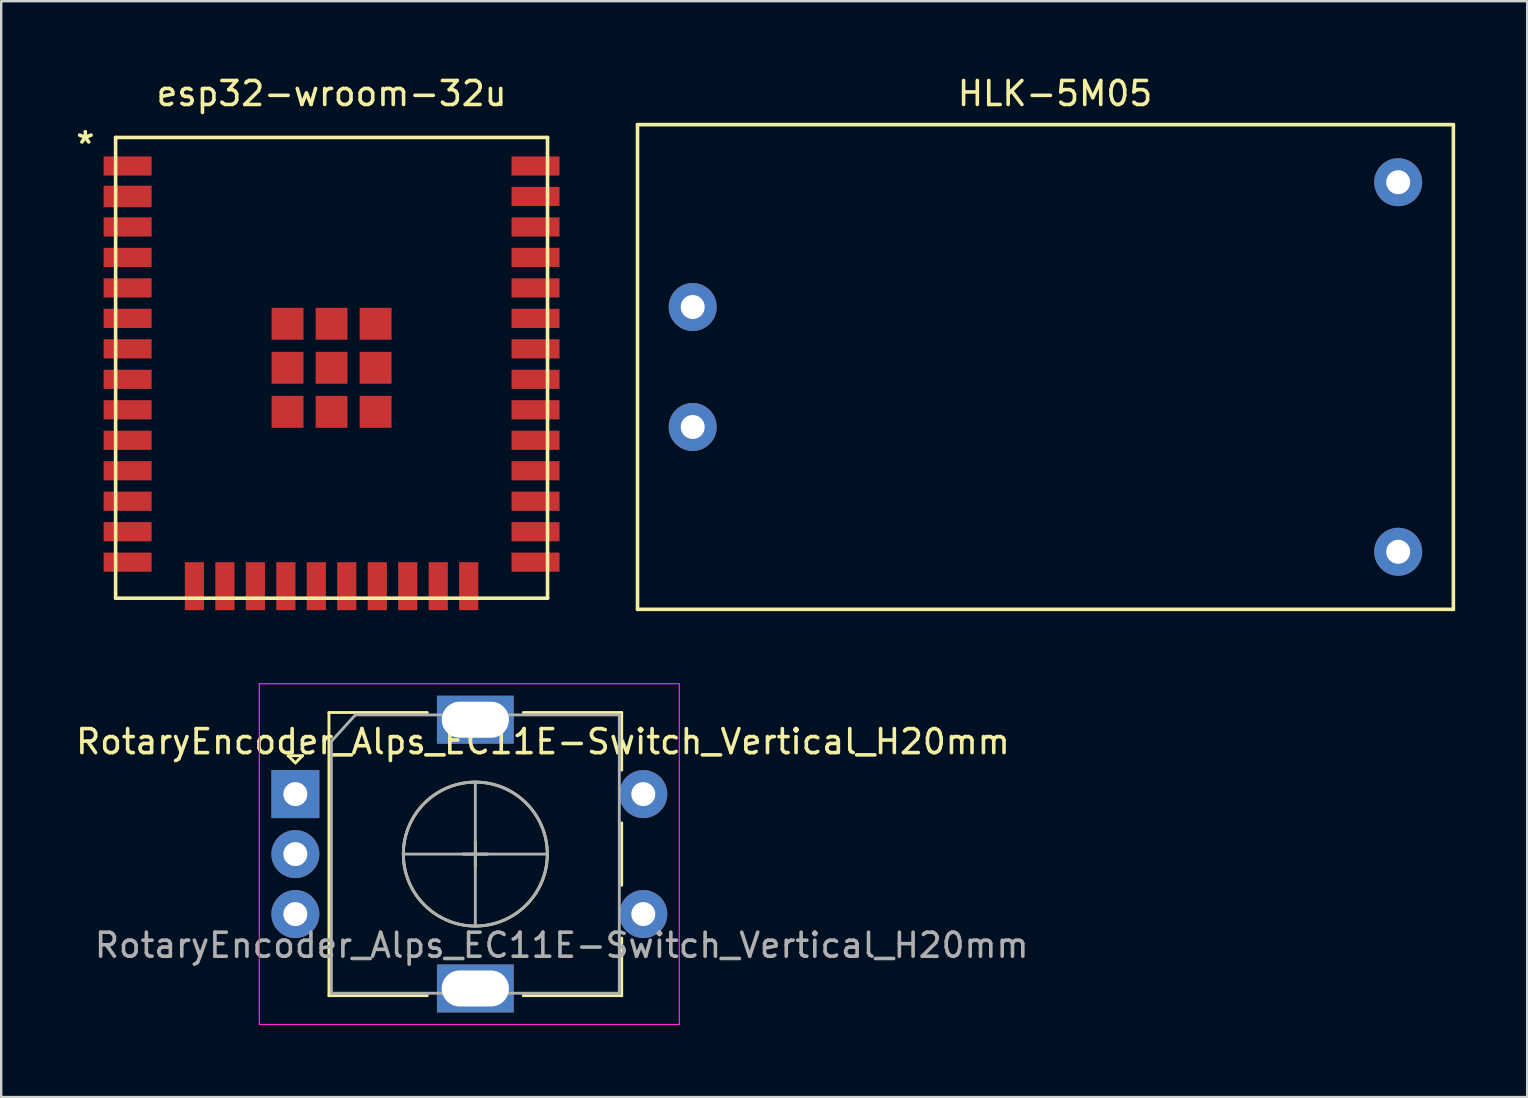
<source format=kicad_pcb>
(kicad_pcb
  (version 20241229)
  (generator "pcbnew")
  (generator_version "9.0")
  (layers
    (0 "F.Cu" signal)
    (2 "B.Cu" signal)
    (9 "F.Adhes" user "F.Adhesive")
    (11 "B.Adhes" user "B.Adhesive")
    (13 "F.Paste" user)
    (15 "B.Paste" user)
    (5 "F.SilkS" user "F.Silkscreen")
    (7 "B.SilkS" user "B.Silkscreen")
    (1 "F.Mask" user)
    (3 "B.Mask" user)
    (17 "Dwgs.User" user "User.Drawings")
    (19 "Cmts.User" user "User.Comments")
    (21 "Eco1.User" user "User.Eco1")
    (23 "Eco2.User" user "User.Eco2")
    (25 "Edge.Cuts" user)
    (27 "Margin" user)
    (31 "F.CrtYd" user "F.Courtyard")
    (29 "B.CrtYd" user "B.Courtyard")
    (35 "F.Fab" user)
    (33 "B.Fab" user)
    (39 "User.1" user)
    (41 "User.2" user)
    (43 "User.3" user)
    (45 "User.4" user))
  (footprint "HLK-5M05"
    (layer "F.Cu")
    (at 23.518 2.144)
    (property "Reference" "HLK-5M05" (at 17.399 -1.295 0) (layer "F.SilkS") (effects (font (size 1 1) (thickness 0.15))))
    (attr through_hole)
    (fp_line (start 0 0) (end 0 20.2) (stroke (width 0.15) (type solid)) (layer "F.SilkS"))
    (fp_line (start 0 0) (end 34 0) (stroke (width 0.15) (type solid)) (layer "F.SilkS"))
    (fp_line (start 0 20.2) (end 34 20.2) (stroke (width 0.15) (type solid)) (layer "F.SilkS"))
    (fp_line (start 34 0) (end 34 20.2) (stroke (width 0.15) (type solid)) (layer "F.SilkS"))
    (pad "1" thru_hole circle (at 31.7 2.4) (size 2 2) (drill 1) (layers "*.Cu" "*.Mask"))
    (pad "2" thru_hole circle (at 31.7 17.8) (size 2 2) (drill 1) (layers "*.Cu" "*.Mask"))
    (pad "3" thru_hole circle (at 2.3 12.6) (size 2 2) (drill 1) (layers "*.Cu" "*.Mask"))
    (pad "4" thru_hole circle (at 2.3 7.6) (size 2 2) (drill 1) (layers "*.Cu" "*.Mask")))
  (footprint "esp32-wroom-32u"
    (layer "F.Cu")
    (at 10.768 12.278)
    (property "Reference" "esp32-wroom-32u" (at 0 -11.43 0) (layer "F.SilkS") (effects (font (size 1 1) (thickness 0.15))))
    (attr through_hole)
    (fp_line (start -9 -9.6) (end -9 9.6) (stroke (width 0.15) (type solid)) (layer "F.SilkS"))
    (fp_line (start -9 -9.6) (end 9 -9.6) (stroke (width 0.15) (type solid)) (layer "F.SilkS"))
    (fp_line (start -9 9.6) (end 9 9.6) (stroke (width 0.15) (type solid)) (layer "F.SilkS"))
    (fp_line (start 9 -9.6) (end 9 9.6) (stroke (width 0.15) (type solid)) (layer "F.SilkS"))
    (fp_text user "*" (at -10.262 -9.296 0) (layer "F.SilkS") (effects (font (size 1 1) (thickness 0.15))))
    (pad "1" smd trapezoid (at -8.5 -8.41) (size 2 0.8) (layers "F.Cu" "F.Mask" "F.Paste"))
    (pad "2" smd trapezoid (at -8.5 -7.14) (size 2 0.9) (layers "F.Cu" "F.Mask" "F.Paste"))
    (pad "3" smd trapezoid (at -8.5 -5.87) (size 2 0.8) (layers "F.Cu" "F.Mask" "F.Paste"))
    (pad "4" smd trapezoid (at -8.5 -4.6) (size 2 0.8) (layers "F.Cu" "F.Mask" "F.Paste"))
    (pad "5" smd trapezoid (at -8.5 -3.33) (size 2 0.8) (layers "F.Cu" "F.Mask" "F.Paste"))
    (pad "6" smd trapezoid (at -8.5 -2.06) (size 2 0.8) (layers "F.Cu" "F.Mask" "F.Paste"))
    (pad "7" smd trapezoid (at -8.5 -0.79) (size 2 0.8) (layers "F.Cu" "F.Mask" "F.Paste"))
    (pad "8" smd trapezoid (at -8.5 0.48) (size 2 0.8) (layers "F.Cu" "F.Mask" "F.Paste"))
    (pad "9" smd trapezoid (at -8.5 1.75) (size 2 0.8) (layers "F.Cu" "F.Mask" "F.Paste"))
    (pad "10" smd trapezoid (at -8.5 3.02) (size 2 0.8) (layers "F.Cu" "F.Mask" "F.Paste"))
    (pad "11" smd trapezoid (at -8.5 4.29) (size 2 0.8) (layers "F.Cu" "F.Mask" "F.Paste"))
    (pad "12" smd trapezoid (at -8.5 5.56) (size 2 0.8) (layers "F.Cu" "F.Mask" "F.Paste"))
    (pad "13" smd trapezoid (at -8.5 6.83) (size 2 0.8) (layers "F.Cu" "F.Mask" "F.Paste"))
    (pad "14" smd trapezoid (at -8.5 8.1) (size 2 0.8) (layers "F.Cu" "F.Mask" "F.Paste"))
    (pad "15" smd trapezoid (at -5.715 9.1 90) (size 2 0.8) (layers "F.Cu" "F.Mask" "F.Paste"))
    (pad "16" smd trapezoid (at -4.445 9.1 90) (size 2 0.8) (layers "F.Cu" "F.Mask" "F.Paste"))
    (pad "17" smd trapezoid (at -3.175 9.1 90) (size 2 0.8) (layers "F.Cu" "F.Mask" "F.Paste"))
    (pad "18" smd trapezoid (at -1.905 9.1 90) (size 2 0.8) (layers "F.Cu" "F.Mask" "F.Paste"))
    (pad "19" smd trapezoid (at -0.635 9.1 90) (size 2 0.8) (layers "F.Cu" "F.Mask" "F.Paste"))
    (pad "20" smd trapezoid (at 0.635 9.1 90) (size 2 0.8) (layers "F.Cu" "F.Mask" "F.Paste"))
    (pad "21" smd trapezoid (at 1.905 9.1 90) (size 2 0.8) (layers "F.Cu" "F.Mask" "F.Paste"))
    (pad "22" smd trapezoid (at 3.175 9.1 90) (size 2 0.8) (layers "F.Cu" "F.Mask" "F.Paste"))
    (pad "23" smd trapezoid (at 4.445 9.1 90) (size 2 0.8) (layers "F.Cu" "F.Mask" "F.Paste"))
    (pad "24" smd trapezoid (at 5.715 9.1 90) (size 2 0.8) (layers "F.Cu" "F.Mask" "F.Paste"))
    (pad "25" smd trapezoid (at 8.5 8.1 180) (size 2 0.8) (layers "F.Cu" "F.Mask" "F.Paste"))
    (pad "26" smd trapezoid (at 8.5 6.83 180) (size 2 0.8) (layers "F.Cu" "F.Mask" "F.Paste"))
    (pad "27" smd trapezoid (at 8.5 5.56 180) (size 2 0.8) (layers "F.Cu" "F.Mask" "F.Paste"))
    (pad "28" smd trapezoid (at 8.5 4.29 180) (size 2 0.8) (layers "F.Cu" "F.Mask" "F.Paste"))
    (pad "29" smd trapezoid (at 8.5 3.02 180) (size 2 0.8) (layers "F.Cu" "F.Mask" "F.Paste"))
    (pad "30" smd trapezoid (at 8.5 1.75 180) (size 2 0.8) (layers "F.Cu" "F.Mask" "F.Paste"))
    (pad "31" smd trapezoid (at 8.5 0.48 180) (size 2 0.8) (layers "F.Cu" "F.Mask" "F.Paste"))
    (pad "32" smd trapezoid (at 8.5 -0.79 180) (size 2 0.8) (layers "F.Cu" "F.Mask" "F.Paste"))
    (pad "33" smd trapezoid (at 8.5 -2.06 180) (size 2 0.8) (layers "F.Cu" "F.Mask" "F.Paste"))
    (pad "34" smd trapezoid (at 8.5 -3.33 180) (size 2 0.8) (layers "F.Cu" "F.Mask" "F.Paste"))
    (pad "35" smd trapezoid (at 8.5 -4.6 180) (size 2 0.8) (layers "F.Cu" "F.Mask" "F.Paste"))
    (pad "36" smd trapezoid (at 8.5 -5.87 180) (size 2 0.8) (layers "F.Cu" "F.Mask" "F.Paste"))
    (pad "37" smd trapezoid (at 8.5 -7.14 180) (size 2 0.8) (layers "F.Cu" "F.Mask" "F.Paste"))
    (pad "38" smd trapezoid (at 8.5 -8.41 180) (size 2 0.8) (layers "F.Cu" "F.Mask" "F.Paste"))
    (pad "39" smd rect (at -1.835 -1.835 180) (size 1.33 1.33) (layers "F.Cu" "F.Mask" "F.Paste"))
    (pad "39" smd rect (at -1.835 0 180) (size 1.33 1.33) (layers "F.Cu" "F.Mask" "F.Paste"))
    (pad "39" smd rect (at -1.835 1.835 180) (size 1.33 1.33) (layers "F.Cu" "F.Mask" "F.Paste"))
    (pad "39" smd rect (at 0 -1.835 180) (size 1.33 1.33) (layers "F.Cu" "F.Mask" "F.Paste"))
    (pad "39" smd rect (at 0 0 180) (size 1.33 1.33) (layers "F.Cu" "F.Mask" "F.Paste"))
    (pad "39" smd rect (at 0 1.835 180) (size 1.33 1.33) (layers "F.Cu" "F.Mask" "F.Paste"))
    (pad "39" smd rect (at 1.835 -1.835 180) (size 1.33 1.33) (layers "F.Cu" "F.Mask" "F.Paste"))
    (pad "39" smd rect (at 1.835 0 180) (size 1.33 1.33) (layers "F.Cu" "F.Mask" "F.Paste"))
    (pad "39" smd rect (at 1.835 1.835 180) (size 1.33 1.33) (layers "F.Cu" "F.Mask" "F.Paste")))
  (footprint "RotaryEncoder_Alps_EC11E-Switch_Vertical_H20mm"
    (layer "F.Cu")
    (at 16.777 32.558)
    (property "Reference" "RotaryEncoder_Alps_EC11E-Switch_Vertical_H20mm" (at 2.8 -4.7 0) (layer "F.SilkS") (effects (font (size 1 1) (thickness 0.15))))
    (attr through_hole)
    (fp_line (start -7.818 -4.115) (end -7.218 -4.115) (stroke (width 0.12) (type solid)) (layer "F.SilkS"))
    (fp_line (start -7.518 -3.815) (end -7.818 -4.115) (stroke (width 0.12) (type solid)) (layer "F.SilkS"))
    (fp_line (start -7.218 -4.115) (end -7.518 -3.815) (stroke (width 0.12) (type solid)) (layer "F.SilkS"))
    (fp_line (start -6.118 -5.915) (end -6.118 5.885) (stroke (width 0.12) (type solid)) (layer "F.SilkS"))
    (fp_line (start -2.018 -5.915) (end -6.118 -5.915) (stroke (width 0.12) (type solid)) (layer "F.SilkS"))
    (fp_line (start -2.018 5.885) (end -6.118 5.885) (stroke (width 0.12) (type solid)) (layer "F.SilkS"))
    (fp_line (start -0.518 -0.015) (end 0.482 -0.015) (stroke (width 0.12) (type solid)) (layer "F.SilkS"))
    (fp_line (start -0.018 -0.515) (end -0.018 0.485) (stroke (width 0.12) (type solid)) (layer "F.SilkS"))
    (fp_line (start 1.982 -5.915) (end 6.082 -5.915) (stroke (width 0.12) (type solid)) (layer "F.SilkS"))
    (fp_line (start 6.082 -5.915) (end 6.082 -3.515) (stroke (width 0.12) (type solid)) (layer "F.SilkS"))
    (fp_line (start 6.082 -1.315) (end 6.082 1.285) (stroke (width 0.12) (type solid)) (layer "F.SilkS"))
    (fp_line (start 6.082 3.485) (end 6.082 5.885) (stroke (width 0.12) (type solid)) (layer "F.SilkS"))
    (fp_line (start 6.082 5.885) (end 1.982 5.885) (stroke (width 0.12) (type solid)) (layer "F.SilkS"))
    (fp_circle (center -0.018 -0.015) (end 2.982 -0.015) (stroke (width 0.12) (type solid)) (fill no) (layer "F.SilkS"))
    (fp_line (start -9.018 -7.115) (end -9.018 7.085) (stroke (width 0.05) (type solid)) (layer "F.CrtYd"))
    (fp_line (start -9.018 -7.115) (end 8.482 -7.115) (stroke (width 0.05) (type solid)) (layer "F.CrtYd"))
    (fp_line (start 8.482 7.085) (end -9.018 7.085) (stroke (width 0.05) (type solid)) (layer "F.CrtYd"))
    (fp_line (start 8.482 7.085) (end 8.482 -7.115) (stroke (width 0.05) (type solid)) (layer "F.CrtYd"))
    (fp_line (start -6.018 -4.715) (end -5.018 -5.815) (stroke (width 0.12) (type solid)) (layer "F.Fab"))
    (fp_line (start -6.018 5.785) (end -6.018 -4.715) (stroke (width 0.12) (type solid)) (layer "F.Fab"))
    (fp_line (start -5.018 -5.815) (end 5.982 -5.815) (stroke (width 0.12) (type solid)) (layer "F.Fab"))
    (fp_line (start -3.018 -0.015) (end 2.982 -0.015) (stroke (width 0.12) (type solid)) (layer "F.Fab"))
    (fp_line (start -0.018 -3.015) (end -0.018 2.985) (stroke (width 0.12) (type solid)) (layer "F.Fab"))
    (fp_line (start 5.982 -5.815) (end 5.982 5.785) (stroke (width 0.12) (type solid)) (layer "F.Fab"))
    (fp_line (start 5.982 5.785) (end -6.018 5.785) (stroke (width 0.12) (type solid)) (layer "F.Fab"))
    (fp_circle (center -0.018 -0.015) (end 2.982 -0.015) (stroke (width 0.12) (type solid)) (fill no) (layer "F.Fab"))
    (fp_text user "${REFERENCE}" (at 3.582 3.785 0) (layer "F.Fab") (effects (font (size 1 1) (thickness 0.15))))
    (pad "A" thru_hole rect (at -7.518 -2.515) (size 2 2) (drill 1) (layers "*.Cu" "*.Mask"))
    (pad "B" thru_hole circle (at -7.518 2.485) (size 2 2) (drill 1) (layers "*.Cu" "*.Mask"))
    (pad "C" thru_hole circle (at -7.518 -0.015) (size 2 2) (drill 1) (layers "*.Cu" "*.Mask"))
    (pad "MP" thru_hole rect (at -0.018 -5.615) (size 3.2 2) (drill oval 2.8 1.5) (layers "*.Cu" "*.Mask"))
    (pad "MP" thru_hole rect (at -0.018 5.585) (size 3.2 2) (drill oval 2.8 1.5) (layers "*.Cu" "*.Mask"))
    (pad "S1" thru_hole circle (at 6.982 2.485) (size 2 2) (drill 1) (layers "*.Cu" "*.Mask"))
    (pad "S2" thru_hole circle (at 6.982 -2.515) (size 2 2) (drill 1) (layers "*.Cu" "*.Mask")))
  (gr_rect
    (start -3 -3)
    (end 60.593 42.669)
    (stroke (width 0.1) (type default))
    (fill no)
    (layer "Edge.Cuts")))
</source>
